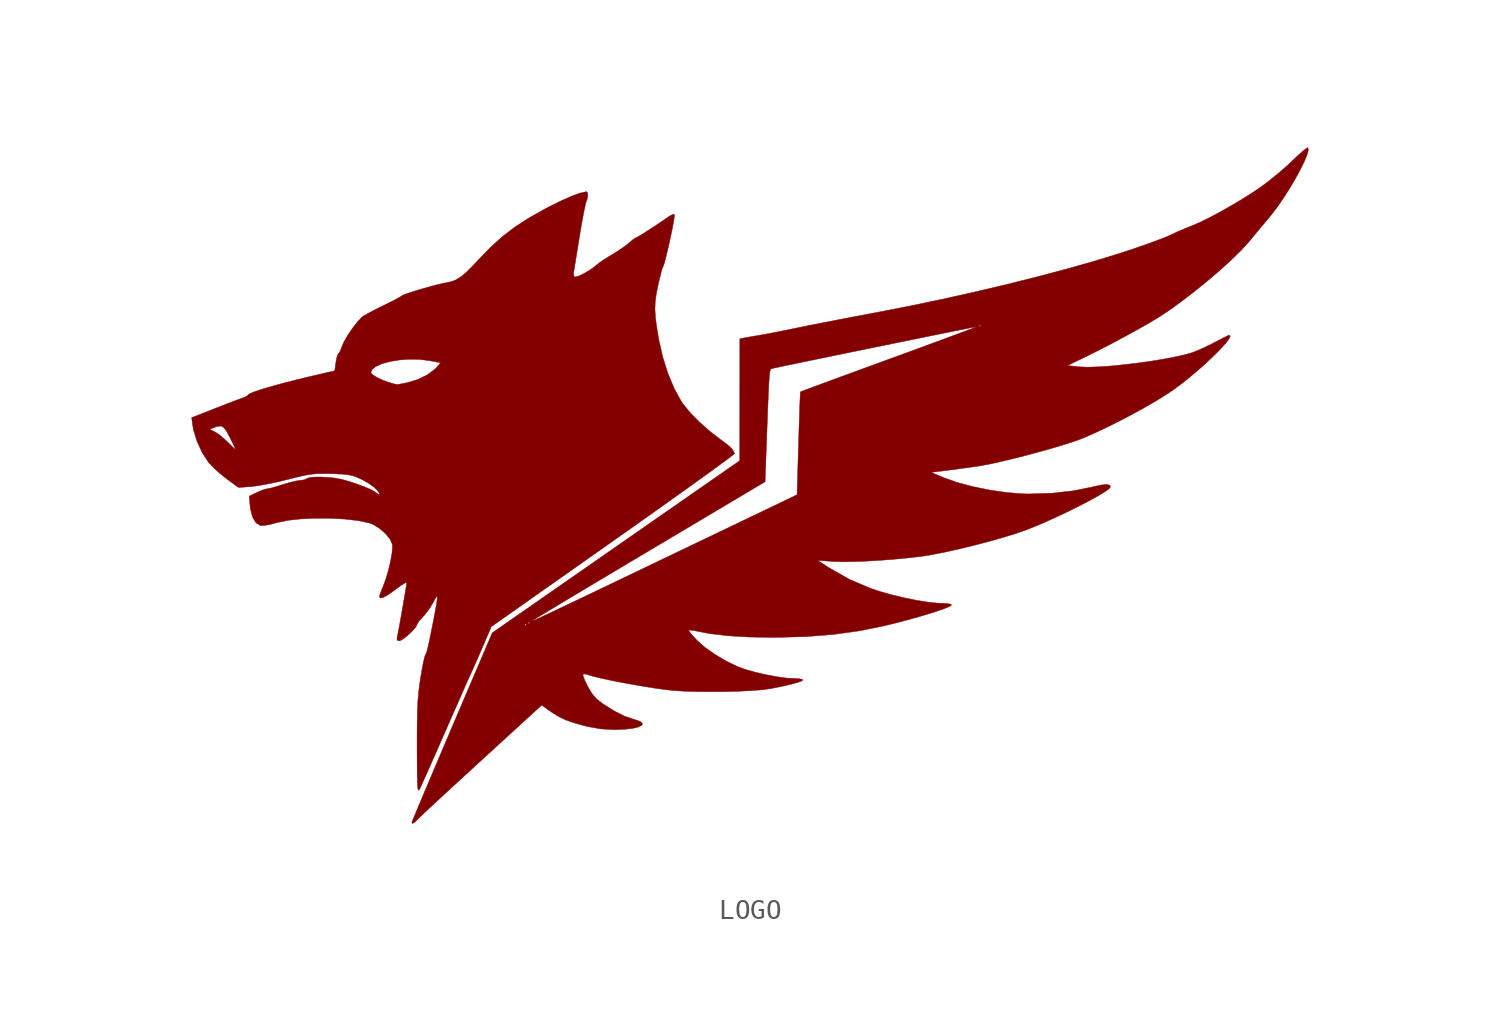
<source format=kicad_sym>
(kicad_symbol_lib
  (version 20220914)
  (generator bitmap2component)
  (symbol "LOGO"
    (pin_names
      (offset 1.016))
    (property "Reference" "#G"
      (at 0 17.484 0)
      (effects (font (size 1.27 1.27)) hide))
    (symbol "LOGO_0_0"
      (polyline (pts (xy -13.332 -17.38) (xy -13.143 -17.196) (xy -13.094 -17.147) (xy -12.918 -16.979) (xy -12.64 -16.718) (xy -12.272 -16.376) (xy -11.831 -15.968) (xy -11.329 -15.506) (xy -10.781 -15.003) (xy -10.202 -14.472) (xy -9.865 -14.163) (xy -9.302 -13.649) (xy -8.78 -13.171) (xy -8.311 -12.743) (xy -7.911 -12.377) (xy -7.593 -12.086) (xy -7.372 -11.883) (xy -7.261 -11.782) (xy -7.029 -11.569) (xy -6.668 -11.827) (xy -6.487 -11.952) (xy -6.172 -12.146) (xy -5.851 -12.298) (xy -5.47 -12.433) (xy -4.976 -12.574) (xy -4.752 -12.631) (xy -4.094 -12.748) (xy -3.429 -12.784) (xy -3.374 -12.784) (xy -2.89 -12.764) (xy -2.501 -12.717) (xy -2.221 -12.649) (xy -2.061 -12.565) (xy -2.033 -12.472) (xy -2.15 -12.376) (xy -2.424 -12.283) (xy -2.466 -12.272) (xy -2.928 -12.112) (xy -3.423 -11.864) (xy -3.989 -11.508) (xy -4 -11.5) (xy -4.308 -11.26) (xy -4.537 -10.995) (xy -4.749 -10.636) (xy -4.768 -10.598) (xy -4.895 -10.331) (xy -4.972 -10.13) (xy -4.984 -10.036) (xy -4.897 -10.023) (xy -4.724 -10.066) (xy -4.541 -10.124) (xy -4.18 -10.214) (xy -3.712 -10.317) (xy -3.169 -10.426) (xy -2.585 -10.535) (xy -1.993 -10.637) (xy -1.428 -10.727) (xy -0.921 -10.798) (xy -0.508 -10.844) (xy -0.42 -10.851) (xy 0.124 -10.883) (xy 0.753 -10.9) (xy 1.43 -10.905) (xy 2.119 -10.898) (xy 2.785 -10.879) (xy 3.391 -10.848) (xy 3.9 -10.808) (xy 4.276 -10.757) (xy 4.291 -10.755) (xy 4.822 -10.65) (xy 5.272 -10.548) (xy 5.621 -10.456) (xy 5.847 -10.378) (xy 5.927 -10.32) (xy 5.863 -10.284) (xy 5.672 -10.255) (xy 5.397 -10.244) (xy 5.092 -10.226) (xy 4.619 -10.16) (xy 4.085 -10.059) (xy 3.549 -9.935) (xy 3.063 -9.798) (xy 2.683 -9.661) (xy 2.114 -9.383) (xy 1.548 -9.048) (xy 1.049 -8.694) (xy 0.665 -8.353) (xy 0.652 -8.339) (xy 0.451 -8.12) (xy 0.308 -7.949) (xy 0.254 -7.863) (xy 0.306 -7.849) (xy 0.483 -7.867) (xy 0.741 -7.917) (xy 1.306 -8.025) (xy 2.187 -8.129) (xy 3.228 -8.192) (xy 4.428 -8.213) (xy 4.549 -8.213) (xy 6.045 -8.174) (xy 7.425 -8.067) (xy 8.728 -7.886) (xy 9.991 -7.628) (xy 10.531 -7.496) (xy 11.13 -7.338) (xy 11.698 -7.179) (xy 12.213 -7.025) (xy 12.652 -6.883) (xy 12.993 -6.761) (xy 13.214 -6.664) (xy 13.293 -6.6) (xy 13.238 -6.564) (xy 13.056 -6.532) (xy 12.789 -6.519) (xy 12.583 -6.512) (xy 12.089 -6.46) (xy 11.505 -6.364) (xy 10.873 -6.235) (xy 10.241 -6.08) (xy 9.652 -5.909) (xy 9.277 -5.782) (xy 8.21 -5.327) (xy 7.182 -4.739) (xy 6.648 -4.394) (xy 7.409 -4.447) (xy 7.614 -4.457) (xy 8.147 -4.462) (xy 8.793 -4.444) (xy 9.515 -4.407) (xy 10.276 -4.352) (xy 11.04 -4.282) (xy 11.769 -4.199) (xy 12.261 -4.122) (xy 12.916 -3.994) (xy 13.655 -3.83) (xy 14.437 -3.64) (xy 15.221 -3.433) (xy 15.968 -3.219) (xy 16.637 -3.009) (xy 17.046 -2.861) (xy 17.531 -2.665) (xy 18.059 -2.437) (xy 18.608 -2.187) (xy 19.154 -1.926) (xy 19.677 -1.665) (xy 20.155 -1.416) (xy 20.564 -1.189) (xy 20.884 -0.995) (xy 21.092 -0.845) (xy 21.167 -0.75) (xy 21.125 -0.664) (xy 20.972 -0.629) (xy 20.691 -0.659) (xy 20.268 -0.753) (xy 19.369 -0.939) (xy 18.306 -1.061) (xy 17.13 -1.101) (xy 16.782 -1.092) (xy 16 -1.027) (xy 15.169 -0.906) (xy 14.345 -0.738) (xy 13.58 -0.535) (xy 12.93 -0.306) (xy 12.268 -0.032) (xy 13.098 0.072) (xy 13.21 0.086) (xy 13.71 0.152) (xy 14.236 0.225) (xy 14.69 0.291) (xy 14.696 0.292) (xy 15.128 0.371) (xy 15.676 0.49) (xy 16.303 0.639) (xy 16.976 0.81) (xy 17.659 0.994) (xy 18.316 1.179) (xy 18.913 1.359) (xy 19.414 1.521) (xy 19.785 1.659) (xy 20.355 1.906) (xy 21.131 2.273) (xy 21.94 2.684) (xy 22.734 3.113) (xy 23.465 3.536) (xy 24.085 3.926) (xy 24.297 4.072) (xy 24.705 4.375) (xy 25.127 4.713) (xy 25.546 5.069) (xy 25.947 5.428) (xy 26.312 5.774) (xy 26.627 6.092) (xy 26.874 6.367) (xy 27.038 6.582) (xy 27.102 6.723) (xy 27.05 6.773) (xy 27.019 6.762) (xy 26.866 6.689) (xy 26.617 6.563) (xy 26.309 6.402) (xy 26.193 6.341) (xy 25.818 6.157) (xy 25.461 5.999) (xy 25.188 5.895) (xy 25.103 5.869) (xy 24.61 5.743) (xy 24.007 5.62) (xy 23.329 5.504) (xy 22.611 5.4) (xy 21.887 5.312) (xy 21.191 5.243) (xy 20.557 5.199) (xy 20.019 5.184) (xy 19.613 5.202) (xy 19.032 5.265) (xy 19.951 5.708) (xy 20.009 5.736) (xy 20.592 6.027) (xy 21.233 6.358) (xy 21.889 6.709) (xy 22.52 7.055) (xy 23.082 7.374) (xy 23.533 7.644) (xy 24.076 8.002) (xy 24.691 8.446) (xy 25.337 8.943) (xy 25.985 9.469) (xy 26.606 10.001) (xy 27.171 10.514) (xy 27.651 10.985) (xy 28.017 11.388) (xy 28.108 11.497) (xy 28.419 11.871) (xy 28.759 12.279) (xy 29.07 12.651) (xy 29.139 12.735) (xy 29.439 13.127) (xy 29.744 13.569) (xy 30.042 14.036) (xy 30.32 14.506) (xy 30.564 14.953) (xy 30.763 15.356) (xy 30.904 15.691) (xy 30.972 15.934) (xy 30.955 16.063) (xy 30.954 16.064) (xy 30.869 16.024) (xy 30.692 15.885) (xy 30.447 15.668) (xy 30.16 15.395) (xy 29.936 15.184) (xy 29.487 14.792) (xy 29.009 14.405) (xy 28.575 14.083) (xy 28.453 13.999) (xy 27.901 13.64) (xy 27.299 13.275) (xy 26.685 12.924) (xy 26.096 12.608) (xy 25.569 12.349) (xy 25.143 12.167) (xy 24.862 12.056) (xy 24.478 11.891) (xy 24.157 11.74) (xy 24.134 11.729) (xy 23.899 11.628) (xy 23.539 11.489) (xy 23.089 11.323) (xy 22.579 11.144) (xy 22.043 10.962) (xy 21.5 10.786) (xy 20.293 10.419) (xy 18.957 10.042) (xy 17.519 9.66) (xy 16.003 9.281) (xy 14.437 8.911) (xy 12.846 8.556) (xy 11.257 8.223) (xy 9.694 7.918) (xy 9.233 7.831) (xy 8.478 7.688) (xy 7.739 7.546) (xy 7.046 7.412) (xy 6.43 7.291) (xy 6.17 7.239) (xy 14.647 7.239) (xy 14.69 7.281) (xy 14.732 7.239) (xy 14.69 7.197) (xy 14.647 7.239) (xy 6.17 7.239) (xy 5.92 7.189) (xy 5.546 7.112) (xy 5.468 7.096) (xy 4.982 6.996) (xy 4.51 6.902) (xy 4.102 6.825) (xy 3.81 6.773) (xy 3.536 6.727) (xy 3.234 6.675) (xy 3.027 6.637) (xy 2.794 6.59) (xy 2.792 3.57) (xy 2.79 0.55) (xy -3.344 -3.717) (xy -8.63 -7.395) (xy -7.501 -7.395) (xy -7.493 -7.383) (xy -7.483 -7.376) (xy -7.359 -7.298) (xy -7.103 -7.142) (xy -6.728 -6.915) (xy -6.243 -6.624) (xy -5.662 -6.275) (xy -4.993 -5.875) (xy -4.25 -5.431) (xy -3.443 -4.95) (xy -2.583 -4.437) (xy -1.682 -3.901) (xy 4.045 -0.495) (xy 4.098 0.959) (xy 4.109 1.279) (xy 4.142 2.167) (xy 4.169 2.905) (xy 4.193 3.507) (xy 4.213 3.986) (xy 4.232 4.357) (xy 4.249 4.634) (xy 4.267 4.831) (xy 4.286 4.963) (xy 4.306 5.043) (xy 4.33 5.085) (xy 4.358 5.105) (xy 4.391 5.115) (xy 4.474 5.134) (xy 4.709 5.185) (xy 5.075 5.262) (xy 5.556 5.362) (xy 6.132 5.482) (xy 6.788 5.617) (xy 7.505 5.765) (xy 8.267 5.922) (xy 9.054 6.083) (xy 9.851 6.246) (xy 10.639 6.407) (xy 11.402 6.563) (xy 12.121 6.709) (xy 12.779 6.843) (xy 13.358 6.96) (xy 13.842 7.057) (xy 14.212 7.13) (xy 14.452 7.177) (xy 14.543 7.193) (xy 14.518 7.181) (xy 14.357 7.117) (xy 14.061 7.005) (xy 13.642 6.848) (xy 13.116 6.653) (xy 12.496 6.424) (xy 11.796 6.167) (xy 11.03 5.886) (xy 10.213 5.588) (xy 9.693 5.398) (xy 8.902 5.109) (xy 8.169 4.841) (xy 7.508 4.598) (xy 6.935 4.387) (xy 6.463 4.213) (xy 6.106 4.08) (xy 5.88 3.994) (xy 5.799 3.962) (xy 5.797 3.949) (xy 5.787 3.806) (xy 5.774 3.522) (xy 5.759 3.119) (xy 5.742 2.616) (xy 5.723 2.036) (xy 5.704 1.398) (xy 5.63 -1.14) (xy 0.296 -3.696) (xy 0.224 -3.731) (xy -1.043 -4.338) (xy -2.166 -4.876) (xy -3.154 -5.349) (xy -4.014 -5.761) (xy -4.756 -6.115) (xy -5.388 -6.417) (xy -5.918 -6.669) (xy -6.354 -6.876) (xy -6.706 -7.042) (xy -6.981 -7.171) (xy -7.188 -7.266) (xy -7.335 -7.332) (xy -7.43 -7.373) (xy -7.483 -7.392) (xy -7.501 -7.395) (xy -8.63 -7.395) (xy -8.771 -7.493) (xy -7.705 -7.493) (xy -7.662 -7.451) (xy -7.62 -7.493) (xy -7.662 -7.535) (xy -7.705 -7.493) (xy -8.771 -7.493) (xy -8.893 -7.578) (xy -7.874 -7.578) (xy -7.832 -7.535) (xy -7.789 -7.578) (xy -7.832 -7.62) (xy -7.874 -7.578) (xy -8.893 -7.578) (xy -9.477 -7.984) (xy -11.47 -12.652) (xy -11.822 -13.479) (xy -12.159 -14.272) (xy -12.47 -15.005) (xy -12.749 -15.665) (xy -12.99 -16.237) (xy -13.188 -16.709) (xy -13.336 -17.066) (xy -13.43 -17.294) (xy -13.462 -17.381) (xy -13.433 -17.437) (xy -13.332 -17.38)) (stroke (width 0.01) (type default)) (fill (type outline)))
      (polyline (pts (xy -13.086 -15.748) (xy -13.04 -15.651) (xy -12.929 -15.409) (xy -12.767 -15.048) (xy -12.561 -14.586) (xy -12.321 -14.044) (xy -12.055 -13.44) (xy -11.771 -12.794) (xy -11.525 -12.233) (xy -11.26 -11.63) (xy -11.022 -11.089) (xy -10.818 -10.628) (xy -10.658 -10.266) (xy -10.549 -10.023) (xy -10.499 -9.915) (xy -10.492 -9.901) (xy -10.422 -9.748) (xy -10.303 -9.479) (xy -10.149 -9.128) (xy -9.977 -8.729) (xy -9.525 -7.68) (xy -3.444 -3.397) (xy -2.631 -2.824) (xy -1.766 -2.212) (xy -0.952 -1.634) (xy -0.2 -1.098) (xy 0.482 -0.61) (xy 1.084 -0.177) (xy 1.595 0.194) (xy 2.007 0.496) (xy 2.309 0.721) (xy 2.492 0.863) (xy 2.546 0.915) (xy 2.515 0.932) (xy 2.455 1.053) (xy 2.453 1.064) (xy 2.368 1.174) (xy 2.181 1.34) (xy 1.928 1.53) (xy 1.354 1.967) (xy 0.808 2.446) (xy 0.334 2.925) (xy -0.027 3.369) (xy -0.12 3.508) (xy -0.461 4.128) (xy -0.768 4.865) (xy -1.025 5.676) (xy -1.216 6.519) (xy -1.23 6.594) (xy -1.33 7.185) (xy -1.391 7.659) (xy -1.414 8.058) (xy -1.4 8.424) (xy -1.35 8.801) (xy -1.264 9.232) (xy -1.197 9.521) (xy -1.118 9.84) (xy -1.055 10.065) (xy -1.016 10.16) (xy -1.004 10.18) (xy -0.953 10.33) (xy -0.881 10.596) (xy -0.796 10.943) (xy -0.706 11.335) (xy -0.619 11.738) (xy -0.542 12.116) (xy -0.483 12.435) (xy -0.45 12.659) (xy -0.449 12.754) (xy -0.54 12.753) (xy -0.696 12.671) (xy -0.858 12.557) (xy -1.158 12.352) (xy -1.482 12.137) (xy -1.796 11.934) (xy -2.068 11.762) (xy -2.265 11.643) (xy -2.355 11.599) (xy -2.382 11.59) (xy -2.513 11.501) (xy -2.694 11.347) (xy -2.713 11.33) (xy -2.937 11.156) (xy -3.242 10.947) (xy -3.568 10.746) (xy -3.631 10.709) (xy -3.931 10.522) (xy -4.18 10.352) (xy -4.331 10.232) (xy -4.452 10.129) (xy -4.691 9.967) (xy -4.958 9.812) (xy -5.199 9.697) (xy -5.36 9.652) (xy -5.432 9.686) (xy -5.449 9.842) (xy -5.448 9.844) (xy -5.425 9.989) (xy -5.379 10.27) (xy -5.316 10.659) (xy -5.241 11.124) (xy -5.158 11.638) (xy -5.155 11.657) (xy -5.07 12.165) (xy -4.988 12.621) (xy -4.915 12.996) (xy -4.857 13.262) (xy -4.82 13.389) (xy -4.786 13.469) (xy -4.747 13.656) (xy -4.752 13.816) (xy -4.805 13.882) (xy -4.83 13.88) (xy -5.129 13.812) (xy -5.546 13.659) (xy -6.063 13.431) (xy -6.66 13.135) (xy -6.886 13.016) (xy -7.675 12.571) (xy -8.353 12.133) (xy -8.96 11.669) (xy -9.537 11.149) (xy -10.127 10.543) (xy -10.42 10.23) (xy -10.75 9.902) (xy -11.022 9.672) (xy -11.265 9.519) (xy -11.505 9.424) (xy -11.771 9.366) (xy -11.919 9.338) (xy -12.222 9.267) (xy -12.583 9.171) (xy -12.966 9.063) (xy -13.333 8.953) (xy -13.648 8.851) (xy -13.872 8.77) (xy -13.97 8.718) (xy -14.024 8.679) (xy -14.206 8.576) (xy -14.481 8.432) (xy -14.817 8.266) (xy -15.052 8.151) (xy -15.397 7.976) (xy -15.679 7.827) (xy -15.854 7.727) (xy -15.945 7.655) (xy -16.165 7.423) (xy -16.408 7.11) (xy -16.642 6.764) (xy -16.833 6.431) (xy -16.949 6.16) (xy -16.97 6.096) (xy -17.046 5.915) (xy -17.108 5.842) (xy -17.134 5.815) (xy -17.184 5.663) (xy -17.229 5.424) (xy -17.286 5.006) (xy -17.663 4.918) (xy -15.494 4.918) (xy -15.447 5.054) (xy -15.257 5.215) (xy -14.948 5.354) (xy -14.547 5.464) (xy -14.083 5.54) (xy -13.583 5.577) (xy -13.076 5.567) (xy -12.589 5.506) (xy -12.036 5.402) (xy -12.262 5.147) (xy -12.318 5.089) (xy -12.687 4.808) (xy -13.164 4.574) (xy -13.699 4.413) (xy -13.878 4.377) (xy -14.097 4.338) (xy -14.207 4.327) (xy -14.339 4.352) (xy -14.642 4.439) (xy -14.951 4.559) (xy -15.224 4.692) (xy -15.419 4.818) (xy -15.494 4.918) (xy -17.663 4.918) (xy -18.443 4.736) (xy -18.547 4.712) (xy -19.248 4.542) (xy -19.89 4.376) (xy -20.455 4.22) (xy -20.925 4.08) (xy -21.283 3.96) (xy -21.51 3.865) (xy -21.59 3.802) (xy -21.633 3.749) (xy -21.78 3.682) (xy -21.829 3.666) (xy -22.035 3.592) (xy -22.349 3.474) (xy -22.74 3.324) (xy -23.174 3.155) (xy -24.377 2.682) (xy -24.326 2.293) (xy -24.293 2.106) (xy -23.491 2.106) (xy -23.255 2.196) (xy -23.1 2.249) (xy -22.926 2.267) (xy -22.787 2.195) (xy -22.649 2.011) (xy -22.479 1.693) (xy -22.441 1.617) (xy -22.313 1.354) (xy -22.229 1.17) (xy -22.206 1.101) (xy -22.262 1.145) (xy -22.406 1.282) (xy -22.602 1.478) (xy -22.779 1.645) (xy -23.029 1.85) (xy -23.232 1.98) (xy -23.491 2.106) (xy -24.293 2.106) (xy -24.285 2.063) (xy -24.113 1.506) (xy -23.859 0.955) (xy -23.555 0.486) (xy -23.528 0.454) (xy -23.285 0.196) (xy -22.97 -0.09) (xy -22.646 -0.349) (xy -22.056 -0.781) (xy -21.421 -0.734) (xy -21.38 -0.731) (xy -21.035 -0.684) (xy -20.588 -0.603) (xy -20.093 -0.498) (xy -19.604 -0.379) (xy -19.196 -0.275) (xy -18.803 -0.184) (xy -18.482 -0.127) (xy -18.182 -0.098) (xy -17.853 -0.091) (xy -17.445 -0.099) (xy -17.329 -0.103) (xy -16.924 -0.12) (xy -16.628 -0.149) (xy -16.394 -0.198) (xy -16.173 -0.278) (xy -15.916 -0.397) (xy -15.644 -0.548) (xy -15.354 -0.752) (xy -15.164 -0.938) (xy -15.102 -1.025) (xy -15.055 -1.13) (xy -15.127 -1.116) (xy -15.316 -0.982) (xy -15.335 -0.968) (xy -15.526 -0.868) (xy -15.828 -0.743) (xy -16.193 -0.608) (xy -16.576 -0.481) (xy -16.933 -0.379) (xy -16.962 -0.372) (xy -17.275 -0.315) (xy -17.633 -0.278) (xy -17.994 -0.26) (xy -18.316 -0.264) (xy -18.555 -0.29) (xy -18.669 -0.339) (xy -18.773 -0.397) (xy -18.968 -0.423) (xy -18.992 -0.424) (xy -19.211 -0.459) (xy -19.521 -0.533) (xy -19.863 -0.635) (xy -19.939 -0.659) (xy -20.252 -0.755) (xy -20.503 -0.822) (xy -20.643 -0.847) (xy -20.703 -0.856) (xy -20.903 -0.921) (xy -21.151 -1.029) (xy -21.526 -1.211) (xy -21.483 -1.695) (xy -21.464 -1.852) (xy -21.358 -2.252) (xy -21.188 -2.533) (xy -20.966 -2.67) (xy -20.961 -2.671) (xy -20.786 -2.666) (xy -20.511 -2.617) (xy -20.193 -2.534) (xy -20.114 -2.512) (xy -19.58 -2.406) (xy -18.933 -2.336) (xy -18.218 -2.304) (xy -17.479 -2.308) (xy -16.762 -2.349) (xy -16.11 -2.426) (xy -15.568 -2.541) (xy -15.377 -2.616) (xy -15.062 -2.813) (xy -14.769 -3.069) (xy -14.544 -3.344) (xy -14.431 -3.596) (xy -14.422 -3.74) (xy -14.452 -4.06) (xy -14.525 -4.463) (xy -14.631 -4.904) (xy -14.76 -5.336) (xy -14.901 -5.714) (xy -14.96 -5.857) (xy -15.04 -6.07) (xy -15.071 -6.188) (xy -15.037 -6.257) (xy -14.896 -6.238) (xy -14.645 -6.099) (xy -14.279 -5.839) (xy -14.178 -5.763) (xy -13.942 -5.597) (xy -13.778 -5.496) (xy -13.717 -5.479) (xy -13.717 -5.481) (xy -13.733 -5.607) (xy -13.773 -5.861) (xy -13.831 -6.207) (xy -13.899 -6.61) (xy -13.973 -7.032) (xy -14.045 -7.438) (xy -14.11 -7.79) (xy -14.16 -8.054) (xy -14.19 -8.191) (xy -14.195 -8.209) (xy -14.198 -8.346) (xy -14.089 -8.382) (xy -14.024 -8.364) (xy -13.848 -8.254) (xy -13.634 -8.08) (xy -13.427 -7.882) (xy -13.27 -7.699) (xy -13.208 -7.574) (xy -13.188 -7.521) (xy -13.077 -7.366) (xy -12.902 -7.173) (xy -12.812 -7.076) (xy -12.581 -6.771) (xy -12.396 -6.46) (xy -12.351 -6.37) (xy -12.259 -6.213) (xy -12.211 -6.189) (xy -12.206 -6.307) (xy -12.243 -6.573) (xy -12.32 -6.997) (xy -12.375 -7.28) (xy -12.493 -7.878) (xy -12.586 -8.334) (xy -12.658 -8.662) (xy -12.713 -8.882) (xy -12.755 -9.008) (xy -12.787 -9.059) (xy -12.792 -9.066) (xy -12.833 -9.191) (xy -12.891 -9.445) (xy -12.959 -9.794) (xy -13.03 -10.207) (xy -13.039 -10.264) (xy -13.093 -10.634) (xy -13.135 -10.99) (xy -13.165 -11.363) (xy -13.185 -11.784) (xy -13.198 -12.283) (xy -13.204 -12.89) (xy -13.205 -13.636) (xy -13.203 -14.194) (xy -13.2 -14.761) (xy -13.193 -15.187) (xy -13.183 -15.487) (xy -13.168 -15.677) (xy -13.148 -15.774) (xy -13.121 -15.792) (xy -13.086 -15.748)) (stroke (width 0.01) (type default)) (fill (type outline))))))
</source>
